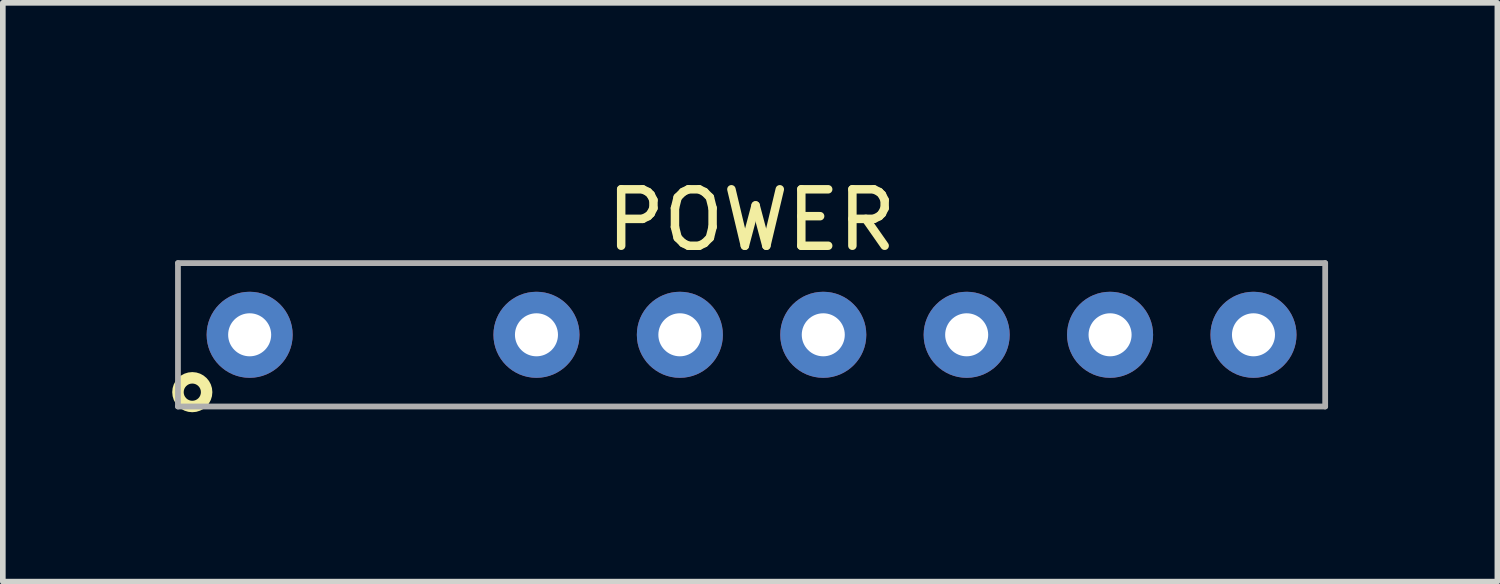
<source format=kicad_pcb>
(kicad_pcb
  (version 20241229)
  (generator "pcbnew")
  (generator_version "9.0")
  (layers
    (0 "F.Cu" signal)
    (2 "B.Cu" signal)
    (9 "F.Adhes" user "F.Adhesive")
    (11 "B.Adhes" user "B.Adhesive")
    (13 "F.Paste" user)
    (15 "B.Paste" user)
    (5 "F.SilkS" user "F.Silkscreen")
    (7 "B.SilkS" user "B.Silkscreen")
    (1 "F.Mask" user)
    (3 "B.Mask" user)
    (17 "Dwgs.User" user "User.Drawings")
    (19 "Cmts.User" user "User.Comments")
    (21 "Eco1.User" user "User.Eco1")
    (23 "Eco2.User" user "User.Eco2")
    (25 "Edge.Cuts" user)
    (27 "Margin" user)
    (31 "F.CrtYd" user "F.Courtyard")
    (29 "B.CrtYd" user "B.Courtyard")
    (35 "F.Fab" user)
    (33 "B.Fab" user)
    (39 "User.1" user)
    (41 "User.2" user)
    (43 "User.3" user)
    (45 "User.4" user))
  (footprint "POWER"
    (layer "F.Cu")
    (at 10.262 2.88)
    (property "Reference" "POWER" (at 0 -2.032 0) (layer "F.SilkS") (effects (font (size 1 1) (thickness 0.15))))
    (attr through_hole)
    (fp_circle (center -9.906 1.016) (end -9.652 1.016) (stroke (width 0.203) (type solid)) (fill no) (layer "F.SilkS"))
    (fp_line (start -10.16 -1.27) (end 10.16 -1.27) (stroke (width 0.102) (type solid)) (layer "F.Fab"))
    (fp_line (start -10.16 1.27) (end -10.16 -1.27) (stroke (width 0.102) (type solid)) (layer "F.Fab"))
    (fp_line (start 10.16 -1.27) (end 10.16 1.27) (stroke (width 0.102) (type solid)) (layer "F.Fab"))
    (fp_line (start 10.16 1.27) (end -10.16 1.27) (stroke (width 0.102) (type solid)) (layer "F.Fab"))
    (pad "00" thru_hole circle (at -8.89 0) (size 1.524 1.524) (drill 0.762) (layers "*.Cu" "*.Mask"))
    (pad "1" thru_hole circle (at -3.81 0) (size 1.524 1.524) (drill 0.762) (layers "*.Cu" "*.Mask"))
    (pad "2" thru_hole circle (at -1.27 0) (size 1.524 1.524) (drill 0.762) (layers "*.Cu" "*.Mask"))
    (pad "3" thru_hole circle (at 1.27 0) (size 1.524 1.524) (drill 0.762) (layers "*.Cu" "*.Mask"))
    (pad "4" thru_hole circle (at 3.81 0) (size 1.524 1.524) (drill 0.762) (layers "*.Cu" "*.Mask"))
    (pad "5" thru_hole circle (at 6.35 0) (size 1.524 1.524) (drill 0.762) (layers "*.Cu" "*.Mask"))
    (pad "6" thru_hole circle (at 8.89 0) (size 1.524 1.524) (drill 0.762) (layers "*.Cu" "*.Mask")))
  (gr_rect
    (start -3 -3)
    (end 23.472 7.252)
    (stroke (width 0.1) (type default))
    (fill no)
    (layer "Edge.Cuts")))
</source>
